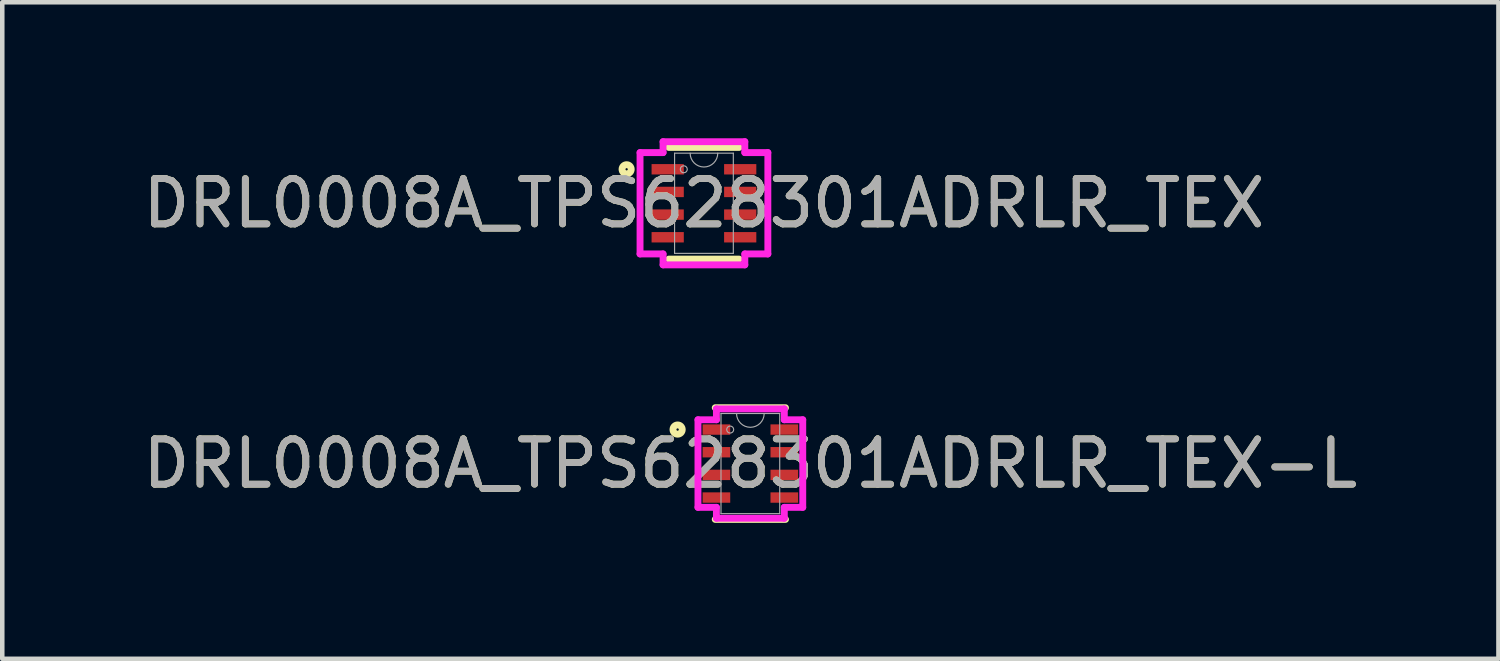
<source format=kicad_pcb>
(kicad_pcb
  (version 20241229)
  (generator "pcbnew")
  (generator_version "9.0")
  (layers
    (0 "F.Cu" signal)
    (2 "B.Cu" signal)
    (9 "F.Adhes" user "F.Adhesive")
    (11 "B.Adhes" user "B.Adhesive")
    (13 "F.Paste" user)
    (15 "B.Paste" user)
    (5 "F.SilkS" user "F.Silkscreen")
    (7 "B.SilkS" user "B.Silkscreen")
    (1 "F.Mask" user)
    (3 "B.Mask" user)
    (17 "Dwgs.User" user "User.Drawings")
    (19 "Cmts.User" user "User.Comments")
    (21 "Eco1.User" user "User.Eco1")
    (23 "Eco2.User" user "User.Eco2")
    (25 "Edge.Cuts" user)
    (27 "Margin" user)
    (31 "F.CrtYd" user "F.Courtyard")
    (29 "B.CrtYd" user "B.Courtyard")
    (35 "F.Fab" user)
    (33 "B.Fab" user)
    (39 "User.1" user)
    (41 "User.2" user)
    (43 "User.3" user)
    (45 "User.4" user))
  (footprint "DRL0008A_TPS628301ADRLR_TEX"
    (layer "F.Cu")
    (at 12.482 1.435)
    (property "Reference" "DRL0008A_TPS628301ADRLR_TEX" (at 0 0 0) (unlocked yes) (layer "F.SilkS") (effects (font (size 1 1) (thickness 0.15))))
    (attr smd)
    (fp_line (start -0.775 1.232) (end 0.775 1.232) (stroke (width 0.152) (type solid)) (layer "F.SilkS"))
    (fp_line (start 0.775 -1.232) (end -0.775 -1.232) (stroke (width 0.152) (type solid)) (layer "F.SilkS"))
    (fp_circle (center -1.706 -0.75) (end -1.605 -0.75) (stroke (width 0.152) (type solid)) (fill no) (layer "F.SilkS"))
    (fp_line (start -1.41 -1.118) (end -0.902 -1.118) (stroke (width 0.152) (type solid)) (layer "F.CrtYd"))
    (fp_line (start -1.41 1.118) (end -1.41 -1.118) (stroke (width 0.152) (type solid)) (layer "F.CrtYd"))
    (fp_line (start -1.41 1.118) (end -0.902 1.118) (stroke (width 0.152) (type solid)) (layer "F.CrtYd"))
    (fp_line (start -0.902 -1.359) (end 0.902 -1.359) (stroke (width 0.152) (type solid)) (layer "F.CrtYd"))
    (fp_line (start -0.902 -1.118) (end -0.902 -1.359) (stroke (width 0.152) (type solid)) (layer "F.CrtYd"))
    (fp_line (start -0.902 1.359) (end -0.902 1.118) (stroke (width 0.152) (type solid)) (layer "F.CrtYd"))
    (fp_line (start 0.902 -1.359) (end 0.902 -1.118) (stroke (width 0.152) (type solid)) (layer "F.CrtYd"))
    (fp_line (start 0.902 1.118) (end 0.902 1.359) (stroke (width 0.152) (type solid)) (layer "F.CrtYd"))
    (fp_line (start 0.902 1.359) (end -0.902 1.359) (stroke (width 0.152) (type solid)) (layer "F.CrtYd"))
    (fp_line (start 1.41 -1.118) (end 0.902 -1.118) (stroke (width 0.152) (type solid)) (layer "F.CrtYd"))
    (fp_line (start 1.41 -1.118) (end 1.41 1.118) (stroke (width 0.152) (type solid)) (layer "F.CrtYd"))
    (fp_line (start 1.41 1.118) (end 0.902 1.118) (stroke (width 0.152) (type solid)) (layer "F.CrtYd"))
    (fp_line (start -0.648 -1.105) (end -0.648 1.105) (stroke (width 0.025) (type solid)) (layer "F.Fab"))
    (fp_line (start -0.648 1.105) (end 0.648 1.105) (stroke (width 0.025) (type solid)) (layer "F.Fab"))
    (fp_line (start 0.648 -1.105) (end -0.648 -1.105) (stroke (width 0.025) (type solid)) (layer "F.Fab"))
    (fp_line (start 0.648 1.105) (end 0.648 -1.105) (stroke (width 0.025) (type solid)) (layer "F.Fab"))
    (fp_arc (start 0.3048 -1.1049) (mid 0 -0.8001) (end -0.3048 -1.1049) (stroke (width 0.0254) (type solid)) (layer "F.Fab"))
    (fp_circle (center -0.445 -0.75) (end -0.368 -0.75) (stroke (width 0.025) (type solid)) (fill no) (layer "F.Fab"))
    (fp_text user "${REFERENCE}" (at 0 0 0) (unlocked yes) (layer "F.Fab") (effects (font (size 1 1) (thickness 0.15))))
    (pad "1" smd rect (at -0.8 -0.75) (size 0.711 0.229) (layers "F.Cu" "F.Mask" "F.Paste"))
    (pad "2" smd rect (at -0.8 -0.25) (size 0.711 0.229) (layers "F.Cu" "F.Mask" "F.Paste"))
    (pad "3" smd rect (at -0.8 0.25) (size 0.711 0.229) (layers "F.Cu" "F.Mask" "F.Paste"))
    (pad "4" smd rect (at -0.8 0.75) (size 0.711 0.229) (layers "F.Cu" "F.Mask" "F.Paste"))
    (pad "5" smd rect (at 0.8 0.75) (size 0.711 0.229) (layers "F.Cu" "F.Mask" "F.Paste"))
    (pad "6" smd rect (at 0.8 0.25) (size 0.711 0.229) (layers "F.Cu" "F.Mask" "F.Paste"))
    (pad "7" smd rect (at 0.8 -0.25) (size 0.711 0.229) (layers "F.Cu" "F.Mask" "F.Paste"))
    (pad "8" smd rect (at 0.8 -0.75) (size 0.711 0.229) (layers "F.Cu" "F.Mask" "F.Paste")))
  (footprint "DRL0008A_TPS628301ADRLR_TEX-L"
    (layer "F.Cu")
    (at 13.506 7.178)
    (property "Reference" "DRL0008A_TPS628301ADRLR_TEX-L" (at 0 0 0) (unlocked yes) (layer "F.SilkS") (effects (font (size 1 1) (thickness 0.15))))
    (attr smd)
    (fp_line (start -0.775 1.232) (end 0.775 1.232) (stroke (width 0.152) (type solid)) (layer "F.SilkS"))
    (fp_line (start 0.775 -1.232) (end -0.775 -1.232) (stroke (width 0.152) (type solid)) (layer "F.SilkS"))
    (fp_circle (center -1.605 -0.75) (end -1.503 -0.75) (stroke (width 0.152) (type solid)) (fill no) (layer "F.SilkS"))
    (fp_line (start -1.156 -0.966) (end -0.749 -0.966) (stroke (width 0.152) (type solid)) (layer "F.CrtYd"))
    (fp_line (start -1.156 0.966) (end -1.156 -0.966) (stroke (width 0.152) (type solid)) (layer "F.CrtYd"))
    (fp_line (start -1.156 0.966) (end -0.749 0.966) (stroke (width 0.152) (type solid)) (layer "F.CrtYd"))
    (fp_line (start -0.749 -1.206) (end 0.749 -1.206) (stroke (width 0.152) (type solid)) (layer "F.CrtYd"))
    (fp_line (start -0.749 -0.966) (end -0.749 -1.206) (stroke (width 0.152) (type solid)) (layer "F.CrtYd"))
    (fp_line (start -0.749 1.206) (end -0.749 0.966) (stroke (width 0.152) (type solid)) (layer "F.CrtYd"))
    (fp_line (start 0.749 -1.206) (end 0.749 -0.966) (stroke (width 0.152) (type solid)) (layer "F.CrtYd"))
    (fp_line (start 0.749 0.966) (end 0.749 1.206) (stroke (width 0.152) (type solid)) (layer "F.CrtYd"))
    (fp_line (start 0.749 1.206) (end -0.749 1.206) (stroke (width 0.152) (type solid)) (layer "F.CrtYd"))
    (fp_line (start 1.156 -0.966) (end 0.749 -0.966) (stroke (width 0.152) (type solid)) (layer "F.CrtYd"))
    (fp_line (start 1.156 -0.966) (end 1.156 0.966) (stroke (width 0.152) (type solid)) (layer "F.CrtYd"))
    (fp_line (start 1.156 0.966) (end 0.749 0.966) (stroke (width 0.152) (type solid)) (layer "F.CrtYd"))
    (fp_line (start -0.648 -1.105) (end -0.648 1.105) (stroke (width 0.025) (type solid)) (layer "F.Fab"))
    (fp_line (start -0.648 1.105) (end 0.648 1.105) (stroke (width 0.025) (type solid)) (layer "F.Fab"))
    (fp_line (start 0.648 -1.105) (end -0.648 -1.105) (stroke (width 0.025) (type solid)) (layer "F.Fab"))
    (fp_line (start 0.648 1.105) (end 0.648 -1.105) (stroke (width 0.025) (type solid)) (layer "F.Fab"))
    (fp_arc (start 0.3048 -1.1049) (mid 0 -0.8001) (end -0.3048 -1.1049) (stroke (width 0.0254) (type solid)) (layer "F.Fab"))
    (fp_circle (center -0.445 -0.75) (end -0.368 -0.75) (stroke (width 0.025) (type solid)) (fill no) (layer "F.Fab"))
    (fp_text user "${REFERENCE}" (at 0 0 0) (unlocked yes) (layer "F.Fab") (effects (font (size 1 1) (thickness 0.15))))
    (pad "1" smd rect (at -0.749 -0.75) (size 0.61 0.229) (layers "F.Cu" "F.Mask" "F.Paste"))
    (pad "2" smd rect (at -0.749 -0.25) (size 0.61 0.229) (layers "F.Cu" "F.Mask" "F.Paste"))
    (pad "3" smd rect (at -0.749 0.25) (size 0.61 0.229) (layers "F.Cu" "F.Mask" "F.Paste"))
    (pad "4" smd rect (at -0.749 0.75) (size 0.61 0.229) (layers "F.Cu" "F.Mask" "F.Paste"))
    (pad "5" smd rect (at 0.749 0.75) (size 0.61 0.229) (layers "F.Cu" "F.Mask" "F.Paste"))
    (pad "6" smd rect (at 0.749 0.25) (size 0.61 0.229) (layers "F.Cu" "F.Mask" "F.Paste"))
    (pad "7" smd rect (at 0.749 -0.25) (size 0.61 0.229) (layers "F.Cu" "F.Mask" "F.Paste"))
    (pad "8" smd rect (at 0.749 -0.75) (size 0.61 0.229) (layers "F.Cu" "F.Mask" "F.Paste")))
  (gr_rect
    (start -3 -3)
    (end 30.012 11.486)
    (stroke (width 0.1) (type default))
    (fill no)
    (layer "Edge.Cuts")))
</source>
